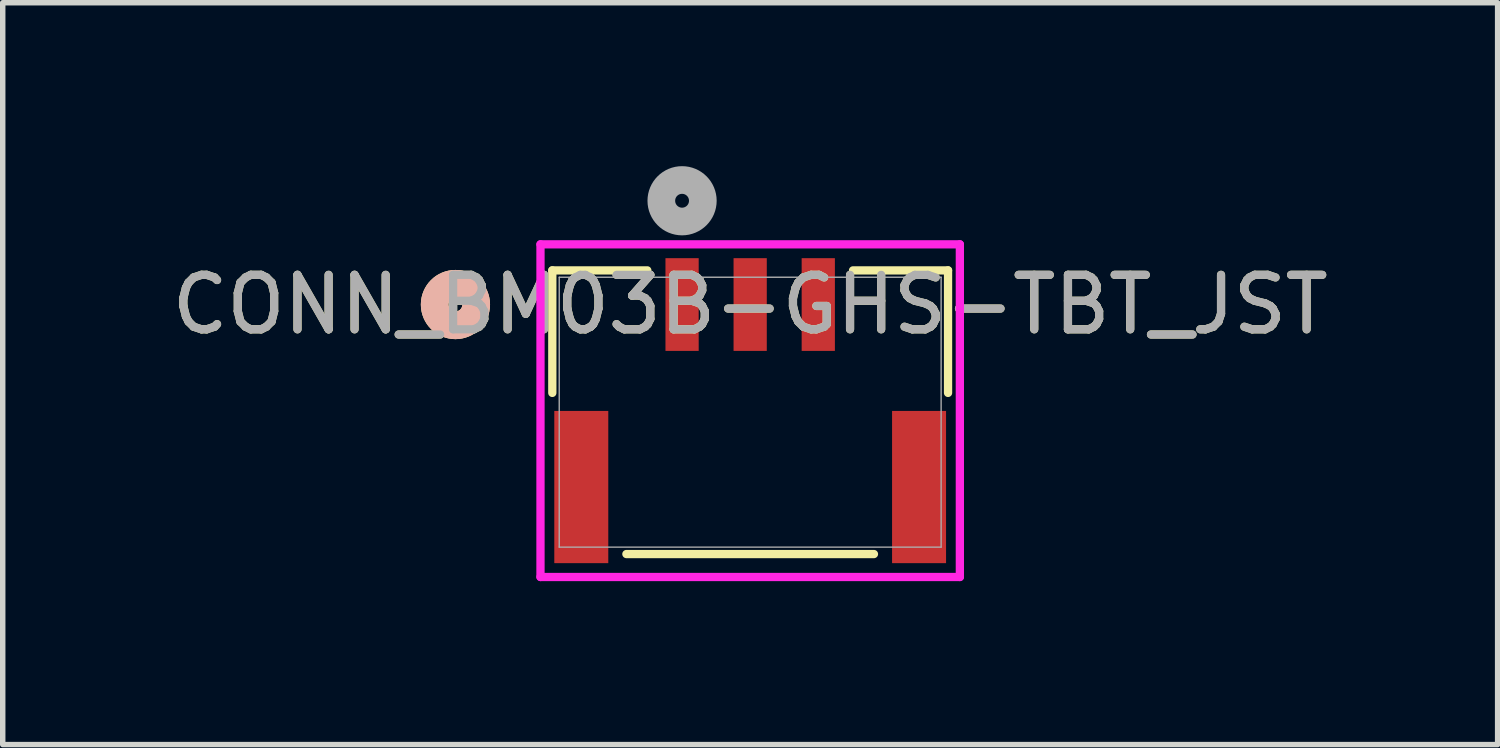
<source format=kicad_pcb>
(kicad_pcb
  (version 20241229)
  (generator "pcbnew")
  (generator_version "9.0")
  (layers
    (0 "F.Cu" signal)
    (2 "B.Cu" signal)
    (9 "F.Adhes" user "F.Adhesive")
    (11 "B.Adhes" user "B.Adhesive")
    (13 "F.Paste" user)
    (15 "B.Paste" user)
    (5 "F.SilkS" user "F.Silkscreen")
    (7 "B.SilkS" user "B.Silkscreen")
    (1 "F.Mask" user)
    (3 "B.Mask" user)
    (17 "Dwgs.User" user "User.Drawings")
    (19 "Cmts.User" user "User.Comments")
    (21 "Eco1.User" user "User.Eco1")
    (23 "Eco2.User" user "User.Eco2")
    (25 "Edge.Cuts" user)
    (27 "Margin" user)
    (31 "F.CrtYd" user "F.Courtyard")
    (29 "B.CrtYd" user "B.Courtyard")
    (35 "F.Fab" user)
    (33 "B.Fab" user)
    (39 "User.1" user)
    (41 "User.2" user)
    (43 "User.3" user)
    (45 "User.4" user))
  (footprint "CONN_BM03B-GHS-TBT_JST"
    (layer "F.Cu")
    (at 10.72 4.516)
    (property "Reference" "CONN_BM03B-GHS-TBT_JST" (at 0 -1.976 0) (unlocked yes) (layer "F.SilkS") (effects (font (size 1 1) (thickness 0.15))))
    (attr smd)
    (fp_line (start -3.632 -2.603) (end -3.632 -0.354) (stroke (width 0.152) (type solid)) (layer "F.SilkS"))
    (fp_line (start -2.272 2.604) (end 2.272 2.604) (stroke (width 0.152) (type solid)) (layer "F.SilkS"))
    (fp_line (start -1.888 -2.603) (end -3.632 -2.603) (stroke (width 0.152) (type solid)) (layer "F.SilkS"))
    (fp_line (start 3.632 -2.603) (end 1.888 -2.603) (stroke (width 0.152) (type solid)) (layer "F.SilkS"))
    (fp_line (start 3.632 -0.354) (end 3.632 -2.603) (stroke (width 0.152) (type solid)) (layer "F.SilkS"))
    (fp_circle (center -5.41 -1.976) (end -5.029 -1.976) (stroke (width 0.508) (type solid)) (fill no) (layer "F.SilkS"))
    (fp_circle (center -5.41 -1.976) (end -5.029 -1.976) (stroke (width 0.508) (type solid)) (fill no) (layer "B.SilkS"))
    (fp_line (start -3.849 -3.081) (end -3.849 3.025) (stroke (width 0.152) (type solid)) (layer "F.CrtYd"))
    (fp_line (start -3.849 3.025) (end 3.849 3.025) (stroke (width 0.152) (type solid)) (layer "F.CrtYd"))
    (fp_line (start 3.849 -3.081) (end -3.849 -3.081) (stroke (width 0.152) (type solid)) (layer "F.CrtYd"))
    (fp_line (start 3.849 3.025) (end 3.849 -3.081) (stroke (width 0.152) (type solid)) (layer "F.CrtYd"))
    (fp_line (start -3.505 -2.477) (end -3.505 2.477) (stroke (width 0.025) (type solid)) (layer "F.Fab"))
    (fp_line (start -3.505 2.477) (end 3.505 2.477) (stroke (width 0.025) (type solid)) (layer "F.Fab"))
    (fp_line (start 3.505 -2.477) (end -3.505 -2.477) (stroke (width 0.025) (type solid)) (layer "F.Fab"))
    (fp_line (start 3.505 2.477) (end 3.505 -2.477) (stroke (width 0.025) (type solid)) (layer "F.Fab"))
    (fp_circle (center -1.25 -3.881) (end -0.869 -3.881) (stroke (width 0.508) (type solid)) (fill no) (layer "F.Fab"))
    (fp_text user "${REFERENCE}" (at 0 -1.976 0) (unlocked yes) (layer "F.Fab") (effects (font (size 1 1) (thickness 0.15))))
    (pad "1" smd rect (at -1.25 -1.976) (size 0.61 1.702) (layers "F.Cu" "F.Mask" "F.Paste"))
    (pad "2" smd rect (at 0 -1.976) (size 0.61 1.702) (layers "F.Cu" "F.Mask" "F.Paste"))
    (pad "3" smd rect (at 1.25 -1.976) (size 0.61 1.702) (layers "F.Cu" "F.Mask" "F.Paste"))
    (pad "4" smd rect (at -3.1 1.374) (size 0.991 2.794) (layers "F.Cu" "F.Mask" "F.Paste"))
    (pad "5" smd rect (at 3.1 1.374) (size 0.991 2.794) (layers "F.Cu" "F.Mask" "F.Paste")))
  (gr_rect
    (start -3 -3)
    (end 24.44 10.617)
    (stroke (width 0.1) (type default))
    (fill no)
    (layer "Edge.Cuts")))
</source>
